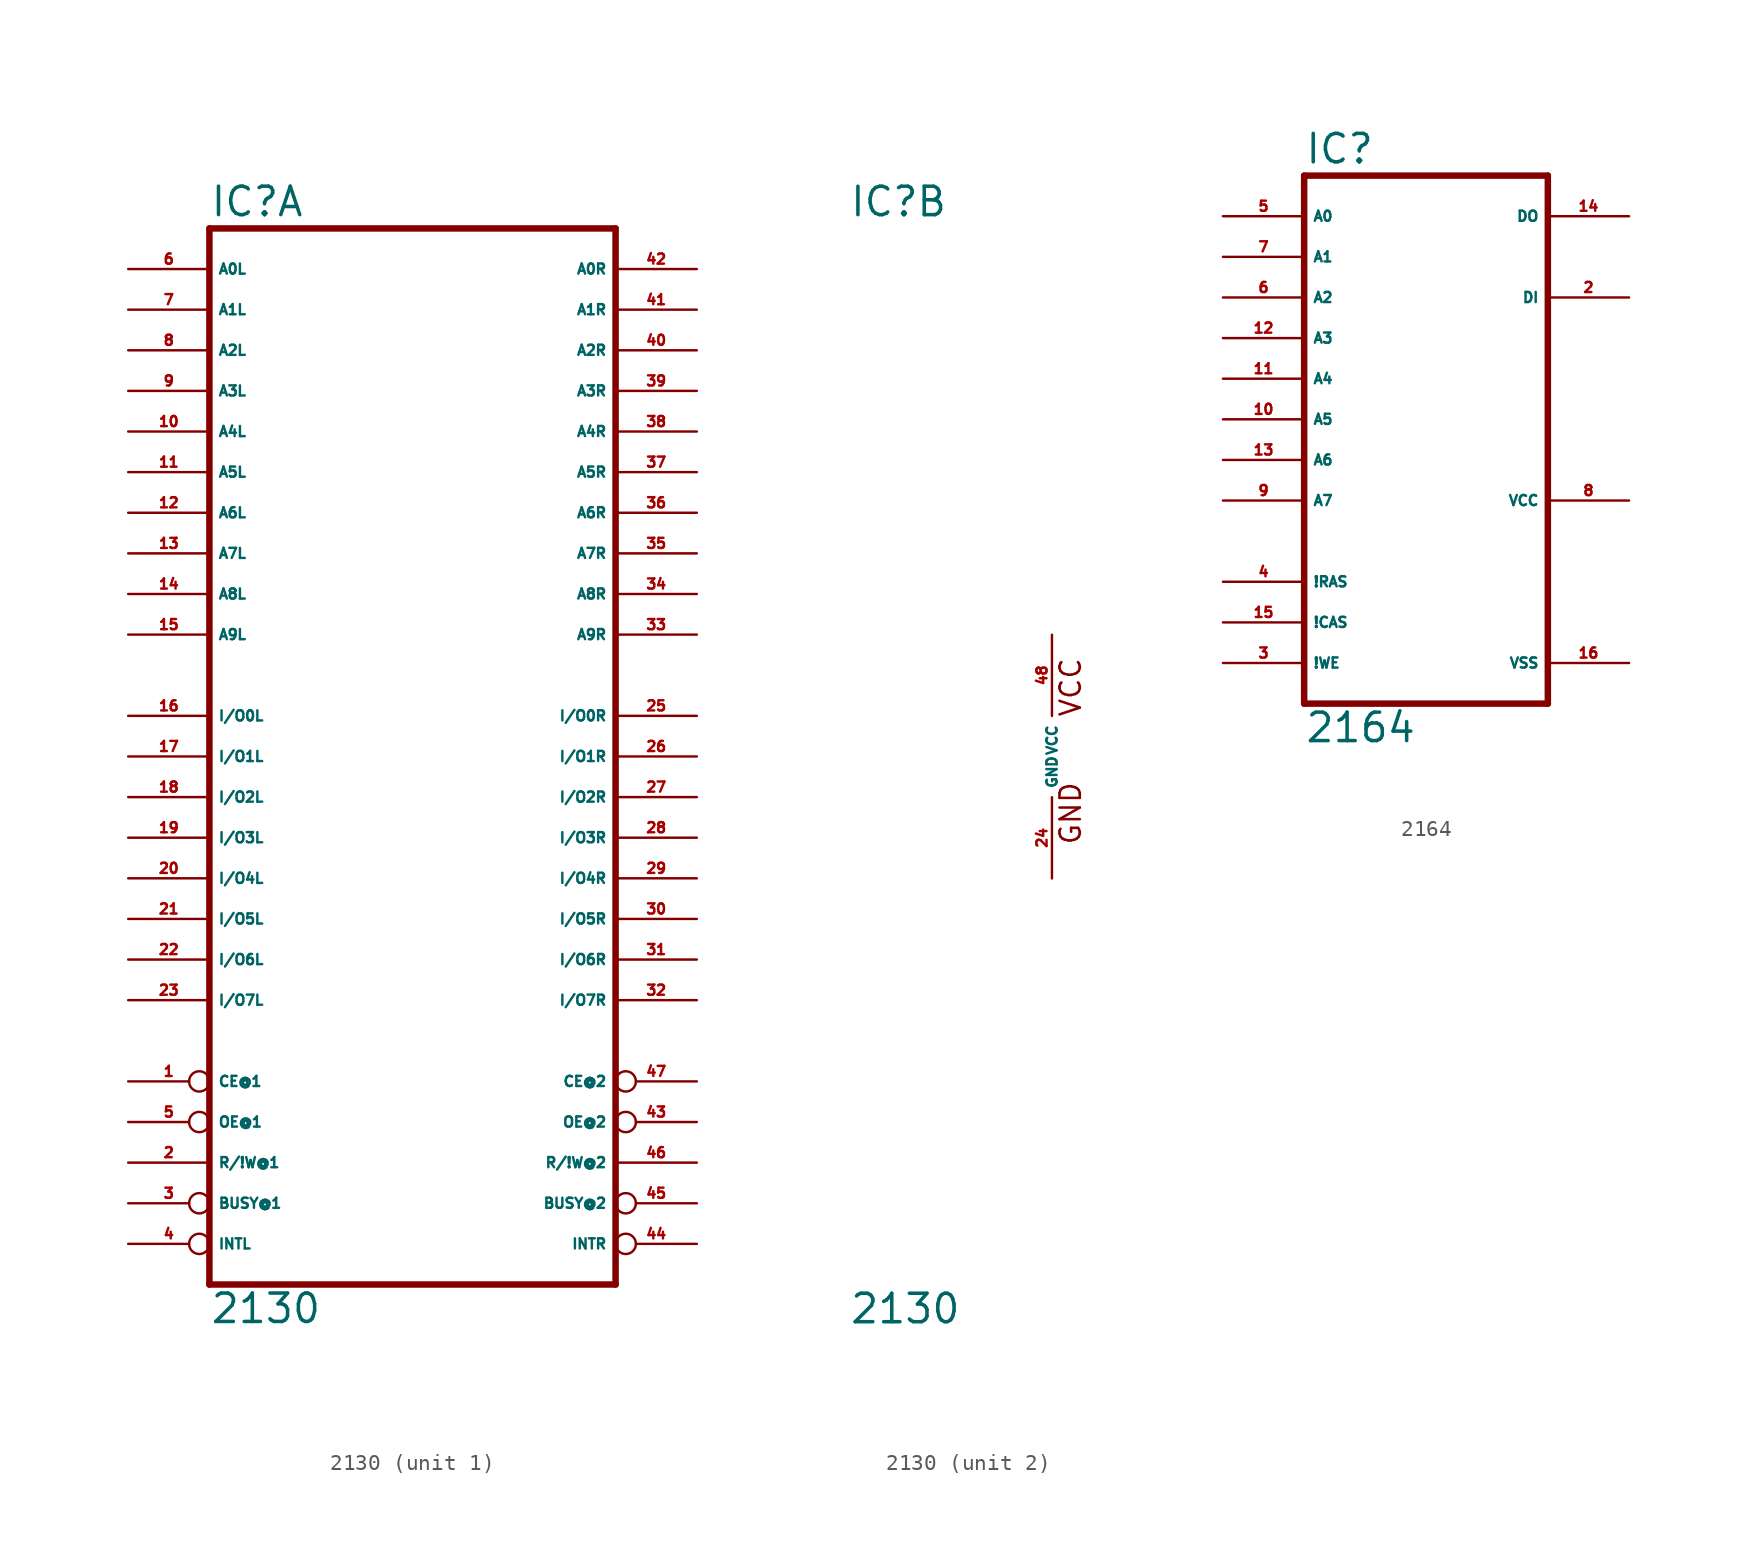
<source format=kicad_sym>
(kicad_symbol_lib
  (version 20220914)
  (generator Eagle2Kicad)
  (symbol "2130"
    (property "Reference" "IC"
      (at -12.7 33.655 0)
      (effects (font (size 1.778 1.778) (thickness 0.22)) (justify left bottom)))
    (property "Value" "2130"
      (at -12.7 -35.56 0)
      (effects (font (size 1.778 1.778) (thickness 0.22)) (justify left bottom)))
    (symbol "2130_1_0"
      (polyline (pts (xy -12.7 -33.02) (xy 12.7 -33.02)) (stroke (width 0.406) (type default)) (fill (type none)))
      (polyline (pts (xy 12.7 -33.02) (xy 12.7 33.02)) (stroke (width 0.406) (type default)) (fill (type none)))
      (polyline (pts (xy 12.7 33.02) (xy -12.7 33.02)) (stroke (width 0.406) (type default)) (fill (type none)))
      (polyline (pts (xy -12.7 33.02) (xy -12.7 -33.02)) (stroke (width 0.406) (type default)) (fill (type none)))
      (pin input inverted (at -17.78 -20.32 0) (length 5.08) (name "CE@1" (effects (font (size 0.635 0.635) (thickness 0.08)) (justify left bottom))) (number "1" (effects (font (size 0.635 0.635) (thickness 0.08)) (justify left bottom))))
      (pin input line (at -17.78 -25.4 0) (length 5.08) (name "R/!W@1" (effects (font (size 0.635 0.635) (thickness 0.08)) (justify left bottom))) (number "2" (effects (font (size 0.635 0.635) (thickness 0.08)) (justify left bottom))))
      (pin output inverted (at -17.78 -27.94 0) (length 5.08) (name "BUSY@1" (effects (font (size 0.635 0.635) (thickness 0.08)) (justify left bottom))) (number "3" (effects (font (size 0.635 0.635) (thickness 0.08)) (justify left bottom))))
      (pin output inverted (at -17.78 -30.48 0) (length 5.08) (name "INTL" (effects (font (size 0.635 0.635) (thickness 0.08)) (justify left bottom))) (number "4" (effects (font (size 0.635 0.635) (thickness 0.08)) (justify left bottom))))
      (pin input inverted (at -17.78 -22.86 0) (length 5.08) (name "OE@1" (effects (font (size 0.635 0.635) (thickness 0.08)) (justify left bottom))) (number "5" (effects (font (size 0.635 0.635) (thickness 0.08)) (justify left bottom))))
      (pin input line (at -17.78 30.48 0) (length 5.08) (name "A0L" (effects (font (size 0.635 0.635) (thickness 0.08)) (justify left bottom))) (number "6" (effects (font (size 0.635 0.635) (thickness 0.08)) (justify left bottom))))
      (pin input line (at -17.78 27.94 0) (length 5.08) (name "A1L" (effects (font (size 0.635 0.635) (thickness 0.08)) (justify left bottom))) (number "7" (effects (font (size 0.635 0.635) (thickness 0.08)) (justify left bottom))))
      (pin input line (at -17.78 25.4 0) (length 5.08) (name "A2L" (effects (font (size 0.635 0.635) (thickness 0.08)) (justify left bottom))) (number "8" (effects (font (size 0.635 0.635) (thickness 0.08)) (justify left bottom))))
      (pin input line (at -17.78 22.86 0) (length 5.08) (name "A3L" (effects (font (size 0.635 0.635) (thickness 0.08)) (justify left bottom))) (number "9" (effects (font (size 0.635 0.635) (thickness 0.08)) (justify left bottom))))
      (pin input line (at -17.78 20.32 0) (length 5.08) (name "A4L" (effects (font (size 0.635 0.635) (thickness 0.08)) (justify left bottom))) (number "10" (effects (font (size 0.635 0.635) (thickness 0.08)) (justify left bottom))))
      (pin input line (at -17.78 17.78 0) (length 5.08) (name "A5L" (effects (font (size 0.635 0.635) (thickness 0.08)) (justify left bottom))) (number "11" (effects (font (size 0.635 0.635) (thickness 0.08)) (justify left bottom))))
      (pin input line (at -17.78 15.24 0) (length 5.08) (name "A6L" (effects (font (size 0.635 0.635) (thickness 0.08)) (justify left bottom))) (number "12" (effects (font (size 0.635 0.635) (thickness 0.08)) (justify left bottom))))
      (pin input line (at -17.78 12.7 0) (length 5.08) (name "A7L" (effects (font (size 0.635 0.635) (thickness 0.08)) (justify left bottom))) (number "13" (effects (font (size 0.635 0.635) (thickness 0.08)) (justify left bottom))))
      (pin input line (at -17.78 10.16 0) (length 5.08) (name "A8L" (effects (font (size 0.635 0.635) (thickness 0.08)) (justify left bottom))) (number "14" (effects (font (size 0.635 0.635) (thickness 0.08)) (justify left bottom))))
      (pin input line (at -17.78 7.62 0) (length 5.08) (name "A9L" (effects (font (size 0.635 0.635) (thickness 0.08)) (justify left bottom))) (number "15" (effects (font (size 0.635 0.635) (thickness 0.08)) (justify left bottom))))
      (pin bidirectional line (at -17.78 2.54 0) (length 5.08) (name "I/O0L" (effects (font (size 0.635 0.635) (thickness 0.08)) (justify left bottom))) (number "16" (effects (font (size 0.635 0.635) (thickness 0.08)) (justify left bottom))))
      (pin bidirectional line (at -17.78 0 0) (length 5.08) (name "I/O1L" (effects (font (size 0.635 0.635) (thickness 0.08)) (justify left bottom))) (number "17" (effects (font (size 0.635 0.635) (thickness 0.08)) (justify left bottom))))
      (pin bidirectional line (at -17.78 -2.54 0) (length 5.08) (name "I/O2L" (effects (font (size 0.635 0.635) (thickness 0.08)) (justify left bottom))) (number "18" (effects (font (size 0.635 0.635) (thickness 0.08)) (justify left bottom))))
      (pin bidirectional line (at -17.78 -5.08 0) (length 5.08) (name "I/O3L" (effects (font (size 0.635 0.635) (thickness 0.08)) (justify left bottom))) (number "19" (effects (font (size 0.635 0.635) (thickness 0.08)) (justify left bottom))))
      (pin bidirectional line (at -17.78 -7.62 0) (length 5.08) (name "I/O4L" (effects (font (size 0.635 0.635) (thickness 0.08)) (justify left bottom))) (number "20" (effects (font (size 0.635 0.635) (thickness 0.08)) (justify left bottom))))
      (pin bidirectional line (at -17.78 -10.16 0) (length 5.08) (name "I/O5L" (effects (font (size 0.635 0.635) (thickness 0.08)) (justify left bottom))) (number "21" (effects (font (size 0.635 0.635) (thickness 0.08)) (justify left bottom))))
      (pin bidirectional line (at -17.78 -12.7 0) (length 5.08) (name "I/O6L" (effects (font (size 0.635 0.635) (thickness 0.08)) (justify left bottom))) (number "22" (effects (font (size 0.635 0.635) (thickness 0.08)) (justify left bottom))))
      (pin bidirectional line (at -17.78 -15.24 0) (length 5.08) (name "I/O7L" (effects (font (size 0.635 0.635) (thickness 0.08)) (justify left bottom))) (number "23" (effects (font (size 0.635 0.635) (thickness 0.08)) (justify left bottom))))
      (pin bidirectional line (at 17.78 2.54 180) (length 5.08) (name "I/O0R" (effects (font (size 0.635 0.635) (thickness 0.08)) (justify left bottom))) (number "25" (effects (font (size 0.635 0.635) (thickness 0.08)) (justify left bottom))))
      (pin bidirectional line (at 17.78 0 180) (length 5.08) (name "I/O1R" (effects (font (size 0.635 0.635) (thickness 0.08)) (justify left bottom))) (number "26" (effects (font (size 0.635 0.635) (thickness 0.08)) (justify left bottom))))
      (pin bidirectional line (at 17.78 -2.54 180) (length 5.08) (name "I/O2R" (effects (font (size 0.635 0.635) (thickness 0.08)) (justify left bottom))) (number "27" (effects (font (size 0.635 0.635) (thickness 0.08)) (justify left bottom))))
      (pin bidirectional line (at 17.78 -5.08 180) (length 5.08) (name "I/O3R" (effects (font (size 0.635 0.635) (thickness 0.08)) (justify left bottom))) (number "28" (effects (font (size 0.635 0.635) (thickness 0.08)) (justify left bottom))))
      (pin bidirectional line (at 17.78 -10.16 180) (length 5.08) (name "I/O5R" (effects (font (size 0.635 0.635) (thickness 0.08)) (justify left bottom))) (number "30" (effects (font (size 0.635 0.635) (thickness 0.08)) (justify left bottom))))
      (pin bidirectional line (at 17.78 -12.7 180) (length 5.08) (name "I/O6R" (effects (font (size 0.635 0.635) (thickness 0.08)) (justify left bottom))) (number "31" (effects (font (size 0.635 0.635) (thickness 0.08)) (justify left bottom))))
      (pin bidirectional line (at 17.78 -15.24 180) (length 5.08) (name "I/O7R" (effects (font (size 0.635 0.635) (thickness 0.08)) (justify left bottom))) (number "32" (effects (font (size 0.635 0.635) (thickness 0.08)) (justify left bottom))))
      (pin input line (at 17.78 7.62 180) (length 5.08) (name "A9R" (effects (font (size 0.635 0.635) (thickness 0.08)) (justify left bottom))) (number "33" (effects (font (size 0.635 0.635) (thickness 0.08)) (justify left bottom))))
      (pin input line (at 17.78 10.16 180) (length 5.08) (name "A8R" (effects (font (size 0.635 0.635) (thickness 0.08)) (justify left bottom))) (number "34" (effects (font (size 0.635 0.635) (thickness 0.08)) (justify left bottom))))
      (pin input line (at 17.78 12.7 180) (length 5.08) (name "A7R" (effects (font (size 0.635 0.635) (thickness 0.08)) (justify left bottom))) (number "35" (effects (font (size 0.635 0.635) (thickness 0.08)) (justify left bottom))))
      (pin input line (at 17.78 15.24 180) (length 5.08) (name "A6R" (effects (font (size 0.635 0.635) (thickness 0.08)) (justify left bottom))) (number "36" (effects (font (size 0.635 0.635) (thickness 0.08)) (justify left bottom))))
      (pin input line (at 17.78 17.78 180) (length 5.08) (name "A5R" (effects (font (size 0.635 0.635) (thickness 0.08)) (justify left bottom))) (number "37" (effects (font (size 0.635 0.635) (thickness 0.08)) (justify left bottom))))
      (pin input line (at 17.78 20.32 180) (length 5.08) (name "A4R" (effects (font (size 0.635 0.635) (thickness 0.08)) (justify left bottom))) (number "38" (effects (font (size 0.635 0.635) (thickness 0.08)) (justify left bottom))))
      (pin input line (at 17.78 22.86 180) (length 5.08) (name "A3R" (effects (font (size 0.635 0.635) (thickness 0.08)) (justify left bottom))) (number "39" (effects (font (size 0.635 0.635) (thickness 0.08)) (justify left bottom))))
      (pin bidirectional line (at 17.78 -7.62 180) (length 5.08) (name "I/O4R" (effects (font (size 0.635 0.635) (thickness 0.08)) (justify left bottom))) (number "29" (effects (font (size 0.635 0.635) (thickness 0.08)) (justify left bottom))))
      (pin input line (at 17.78 25.4 180) (length 5.08) (name "A2R" (effects (font (size 0.635 0.635) (thickness 0.08)) (justify left bottom))) (number "40" (effects (font (size 0.635 0.635) (thickness 0.08)) (justify left bottom))))
      (pin input line (at 17.78 27.94 180) (length 5.08) (name "A1R" (effects (font (size 0.635 0.635) (thickness 0.08)) (justify left bottom))) (number "41" (effects (font (size 0.635 0.635) (thickness 0.08)) (justify left bottom))))
      (pin input line (at 17.78 30.48 180) (length 5.08) (name "A0R" (effects (font (size 0.635 0.635) (thickness 0.08)) (justify left bottom))) (number "42" (effects (font (size 0.635 0.635) (thickness 0.08)) (justify left bottom))))
      (pin input inverted (at 17.78 -22.86 180) (length 5.08) (name "OE@2" (effects (font (size 0.635 0.635) (thickness 0.08)) (justify left bottom))) (number "43" (effects (font (size 0.635 0.635) (thickness 0.08)) (justify left bottom))))
      (pin output inverted (at 17.78 -30.48 180) (length 5.08) (name "INTR" (effects (font (size 0.635 0.635) (thickness 0.08)) (justify left bottom))) (number "44" (effects (font (size 0.635 0.635) (thickness 0.08)) (justify left bottom))))
      (pin output inverted (at 17.78 -27.94 180) (length 5.08) (name "BUSY@2" (effects (font (size 0.635 0.635) (thickness 0.08)) (justify left bottom))) (number "45" (effects (font (size 0.635 0.635) (thickness 0.08)) (justify left bottom))))
      (pin input line (at 17.78 -25.4 180) (length 5.08) (name "R/!W@2" (effects (font (size 0.635 0.635) (thickness 0.08)) (justify left bottom))) (number "46" (effects (font (size 0.635 0.635) (thickness 0.08)) (justify left bottom))))
      (pin input inverted (at 17.78 -20.32 180) (length 5.08) (name "CE@2" (effects (font (size 0.635 0.635) (thickness 0.08)) (justify left bottom))) (number "47" (effects (font (size 0.635 0.635) (thickness 0.08)) (justify left bottom)))))
    (symbol "2130_2_0"
      (text "GND" (at 1.905 -5.588 900) (effects (font (size 1.27 1.27) (thickness 0.16)) (justify left bottom)))
      (text "VCC" (at 1.905 2.413 900) (effects (font (size 1.27 1.27) (thickness 0.16)) (justify left bottom)))
      (pin unspecified line (at 0 -7.62 90) (length 5.08) (name "GND" (effects (font (size 0.635 0.635) (thickness 0.08)) (justify left bottom))) (number "24" (effects (font (size 0.635 0.635) (thickness 0.08)) (justify left bottom))))
      (pin unspecified line (at 0 7.62 270) (length 5.08) (name "VCC" (effects (font (size 0.635 0.635) (thickness 0.08)) (justify left bottom))) (number "48" (effects (font (size 0.635 0.635) (thickness 0.08)) (justify left bottom))))))
  (symbol "2164"
    (property "Reference" "IC"
      (at -7.62 15.875 0)
      (effects (font (size 1.778 1.778) (thickness 0.22)) (justify left bottom)))
    (property "Value" "2164"
      (at -7.62 -20.32 0)
      (effects (font (size 1.778 1.778) (thickness 0.22)) (justify left bottom)))
    (polyline
      (pts (xy -7.62 -17.78) (xy 7.62 -17.78))
      (stroke (width 0.406) (type default))
      (fill (type none)))
    (polyline
      (pts (xy 7.62 -17.78) (xy 7.62 15.24))
      (stroke (width 0.406) (type default))
      (fill (type none)))
    (polyline
      (pts (xy 7.62 15.24) (xy -7.62 15.24))
      (stroke (width 0.406) (type default))
      (fill (type none)))
    (polyline
      (pts (xy -7.62 15.24) (xy -7.62 -17.78))
      (stroke (width 0.406) (type default))
      (fill (type none)))
    (pin input line
      (at 12.7 7.62 180)
      (length 5.08)
      (name "DI" (effects (font (size 0.635 0.635) (thickness 0.08)) (justify left bottom)))
      (number "2" (effects (font (size 0.635 0.635) (thickness 0.08)) (justify left bottom))))
    (pin input line
      (at -12.7 -15.24 0)
      (length 5.08)
      (name "!WE" (effects (font (size 0.635 0.635) (thickness 0.08)) (justify left bottom)))
      (number "3" (effects (font (size 0.635 0.635) (thickness 0.08)) (justify left bottom))))
    (pin input line
      (at -12.7 -10.16 0)
      (length 5.08)
      (name "!RAS" (effects (font (size 0.635 0.635) (thickness 0.08)) (justify left bottom)))
      (number "4" (effects (font (size 0.635 0.635) (thickness 0.08)) (justify left bottom))))
    (pin input line
      (at -12.7 12.7 0)
      (length 5.08)
      (name "A0" (effects (font (size 0.635 0.635) (thickness 0.08)) (justify left bottom)))
      (number "5" (effects (font (size 0.635 0.635) (thickness 0.08)) (justify left bottom))))
    (pin input line
      (at -12.7 7.62 0)
      (length 5.08)
      (name "A2" (effects (font (size 0.635 0.635) (thickness 0.08)) (justify left bottom)))
      (number "6" (effects (font (size 0.635 0.635) (thickness 0.08)) (justify left bottom))))
    (pin input line
      (at -12.7 10.16 0)
      (length 5.08)
      (name "A1" (effects (font (size 0.635 0.635) (thickness 0.08)) (justify left bottom)))
      (number "7" (effects (font (size 0.635 0.635) (thickness 0.08)) (justify left bottom))))
    (pin input line
      (at -12.7 -5.08 0)
      (length 5.08)
      (name "A7" (effects (font (size 0.635 0.635) (thickness 0.08)) (justify left bottom)))
      (number "9" (effects (font (size 0.635 0.635) (thickness 0.08)) (justify left bottom))))
    (pin input line
      (at -12.7 0 0)
      (length 5.08)
      (name "A5" (effects (font (size 0.635 0.635) (thickness 0.08)) (justify left bottom)))
      (number "10" (effects (font (size 0.635 0.635) (thickness 0.08)) (justify left bottom))))
    (pin input line
      (at -12.7 2.54 0)
      (length 5.08)
      (name "A4" (effects (font (size 0.635 0.635) (thickness 0.08)) (justify left bottom)))
      (number "11" (effects (font (size 0.635 0.635) (thickness 0.08)) (justify left bottom))))
    (pin input line
      (at -12.7 5.08 0)
      (length 5.08)
      (name "A3" (effects (font (size 0.635 0.635) (thickness 0.08)) (justify left bottom)))
      (number "12" (effects (font (size 0.635 0.635) (thickness 0.08)) (justify left bottom))))
    (pin input line
      (at -12.7 -2.54 0)
      (length 5.08)
      (name "A6" (effects (font (size 0.635 0.635) (thickness 0.08)) (justify left bottom)))
      (number "13" (effects (font (size 0.635 0.635) (thickness 0.08)) (justify left bottom))))
    (pin tri_state line
      (at 12.7 12.7 180)
      (length 5.08)
      (name "DO" (effects (font (size 0.635 0.635) (thickness 0.08)) (justify left bottom)))
      (number "14" (effects (font (size 0.635 0.635) (thickness 0.08)) (justify left bottom))))
    (pin input line
      (at -12.7 -12.7 0)
      (length 5.08)
      (name "!CAS" (effects (font (size 0.635 0.635) (thickness 0.08)) (justify left bottom)))
      (number "15" (effects (font (size 0.635 0.635) (thickness 0.08)) (justify left bottom))))
    (pin unspecified line
      (at 12.7 -15.24 180)
      (length 5.08)
      (name "VSS" (effects (font (size 0.635 0.635) (thickness 0.08)) (justify left bottom)))
      (number "16" (effects (font (size 0.635 0.635) (thickness 0.08)) (justify left bottom))))
    (pin unspecified line
      (at 12.7 -5.08 180)
      (length 5.08)
      (name "VCC" (effects (font (size 0.635 0.635) (thickness 0.08)) (justify left bottom)))
      (number "8" (effects (font (size 0.635 0.635) (thickness 0.08)) (justify left bottom))))))
</source>
